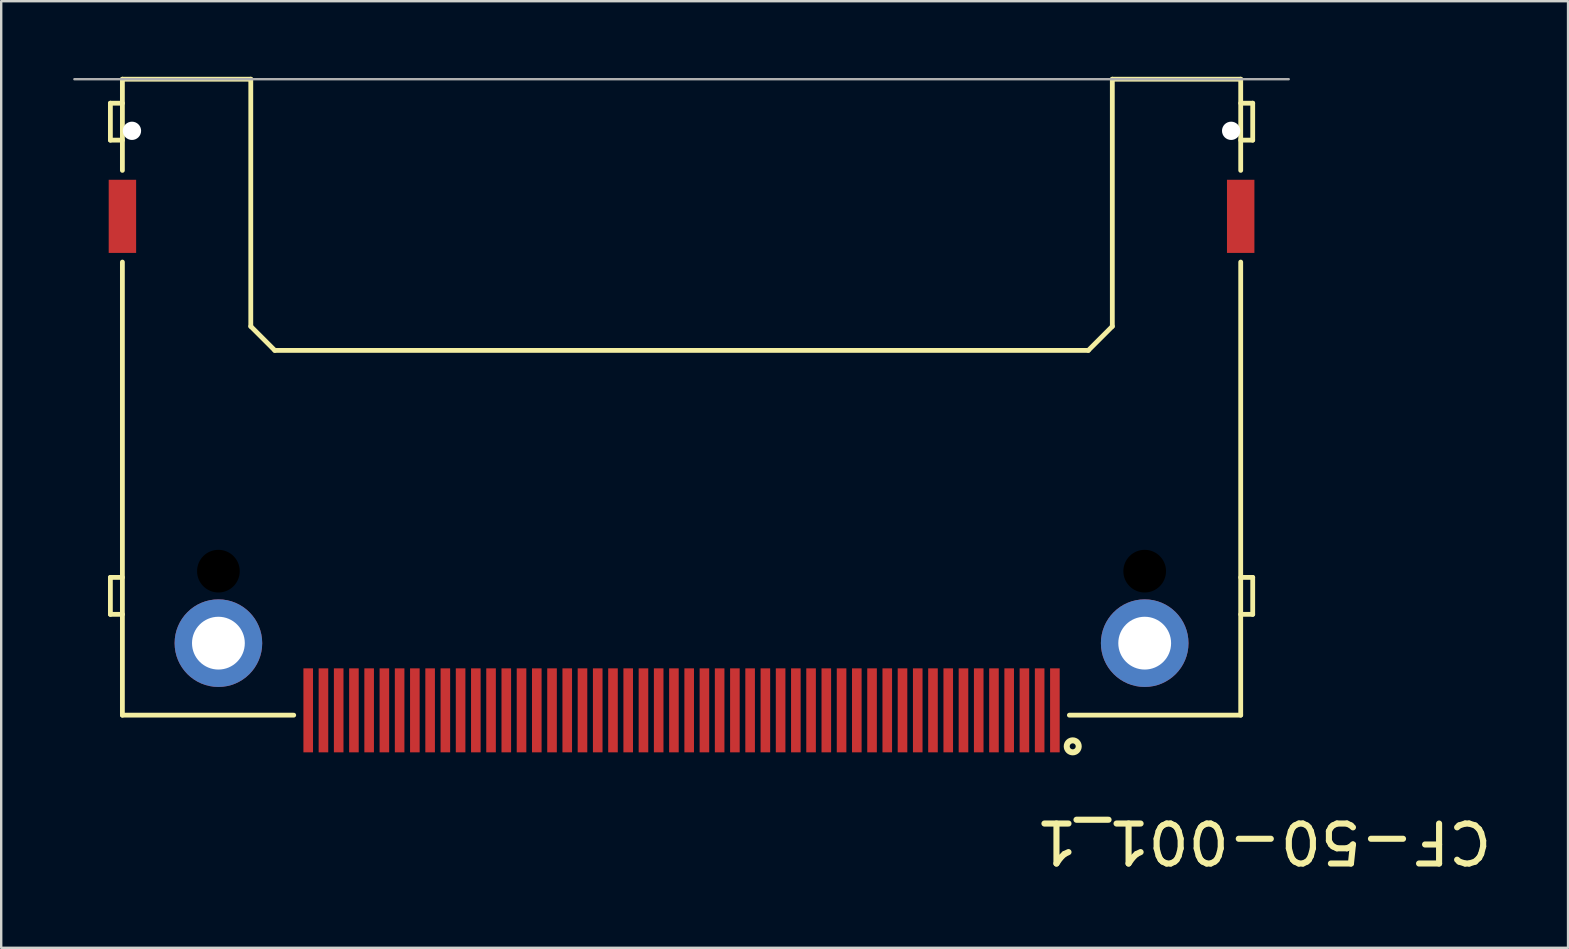
<source format=kicad_pcb>
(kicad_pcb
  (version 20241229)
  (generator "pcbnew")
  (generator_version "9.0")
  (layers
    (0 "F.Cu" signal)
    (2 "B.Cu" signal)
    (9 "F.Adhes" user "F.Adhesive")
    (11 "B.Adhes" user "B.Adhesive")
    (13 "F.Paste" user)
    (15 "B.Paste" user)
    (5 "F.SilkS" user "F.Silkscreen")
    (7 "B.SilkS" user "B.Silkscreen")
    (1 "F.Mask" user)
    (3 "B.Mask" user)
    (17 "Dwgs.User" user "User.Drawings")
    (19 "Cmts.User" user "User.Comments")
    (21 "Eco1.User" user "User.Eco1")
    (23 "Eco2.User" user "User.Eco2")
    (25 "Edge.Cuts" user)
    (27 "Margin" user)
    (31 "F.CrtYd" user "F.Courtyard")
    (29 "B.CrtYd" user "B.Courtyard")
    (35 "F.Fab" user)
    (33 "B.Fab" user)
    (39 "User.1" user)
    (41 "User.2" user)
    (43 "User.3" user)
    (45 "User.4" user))
  (footprint "CF-50-001_1"
    (layer "F.Cu")
    (at 25.35 0.25)
    (property "Reference" "CF-50-001_1" (at 24.262 31.774 180) (unlocked yes) (layer "F.SilkS") (effects (font (size 1.666 1.753) (thickness 0.254))))
    (fp_line (start -23.8 1) (end -23.8 2.54) (stroke (width 0.2) (type solid)) (layer "F.SilkS"))
    (fp_line (start -23.8 20.76) (end -23.8 22.3) (stroke (width 0.2) (type solid)) (layer "F.SilkS"))
    (fp_line (start -23.3 0) (end -23.3 3.8) (stroke (width 0.2) (type solid)) (layer "F.SilkS"))
    (fp_line (start -23.3 1) (end -23.8 1) (stroke (width 0.2) (type solid)) (layer "F.SilkS"))
    (fp_line (start -23.3 2.54) (end -23.8 2.54) (stroke (width 0.2) (type solid)) (layer "F.SilkS"))
    (fp_line (start -23.3 7.62) (end -23.3 26.5) (stroke (width 0.2) (type solid)) (layer "F.SilkS"))
    (fp_line (start -23.3 20.76) (end -23.8 20.76) (stroke (width 0.2) (type solid)) (layer "F.SilkS"))
    (fp_line (start -23.3 22.3) (end -23.8 22.3) (stroke (width 0.2) (type solid)) (layer "F.SilkS"))
    (fp_line (start -17.95 0) (end -23.3 0) (stroke (width 0.2) (type solid)) (layer "F.SilkS"))
    (fp_line (start -17.95 0) (end -17.95 10.3) (stroke (width 0.2) (type solid)) (layer "F.SilkS"))
    (fp_line (start -16.95 11.3) (end -17.95 10.3) (stroke (width 0.2) (type solid)) (layer "F.SilkS"))
    (fp_line (start -16.16 26.5) (end -23.3 26.5) (stroke (width 0.2) (type solid)) (layer "F.SilkS"))
    (fp_line (start 16.95 11.3) (end -16.95 11.3) (stroke (width 0.2) (type solid)) (layer "F.SilkS"))
    (fp_line (start 17.95 0) (end 17.95 10.3) (stroke (width 0.2) (type solid)) (layer "F.SilkS"))
    (fp_line (start 17.95 10.3) (end 16.95 11.3) (stroke (width 0.2) (type solid)) (layer "F.SilkS"))
    (fp_line (start 23.3 0) (end 17.95 0) (stroke (width 0.2) (type solid)) (layer "F.SilkS"))
    (fp_line (start 23.3 0) (end 23.3 3.8) (stroke (width 0.2) (type solid)) (layer "F.SilkS"))
    (fp_line (start 23.3 7.62) (end 23.3 26.5) (stroke (width 0.2) (type solid)) (layer "F.SilkS"))
    (fp_line (start 23.3 26.5) (end 16.16 26.5) (stroke (width 0.2) (type solid)) (layer "F.SilkS"))
    (fp_line (start 23.8 1) (end 23.3 1) (stroke (width 0.2) (type solid)) (layer "F.SilkS"))
    (fp_line (start 23.8 1) (end 23.8 2.54) (stroke (width 0.2) (type solid)) (layer "F.SilkS"))
    (fp_line (start 23.8 2.54) (end 23.3 2.54) (stroke (width 0.2) (type solid)) (layer "F.SilkS"))
    (fp_line (start 23.8 20.76) (end 23.3 20.76) (stroke (width 0.2) (type solid)) (layer "F.SilkS"))
    (fp_line (start 23.8 20.76) (end 23.8 22.3) (stroke (width 0.2) (type solid)) (layer "F.SilkS"))
    (fp_line (start 23.8 22.3) (end 23.3 22.3) (stroke (width 0.2) (type solid)) (layer "F.SilkS"))
    (fp_arc (start 16.175 27.8) (mid 16.42498 27.8) (end 16.175 27.8) (stroke (width 0.24999) (type solid)) (layer "F.SilkS"))
    (fp_line (start 25.3 0) (end -25.3 0) (stroke (width 0.1) (type solid)) (layer "F.Fab"))
    (pad "" np_thru_hole circle (at -22.901 2.151 180) (size 0.762 0.762) (drill 0.762) (layers "*.Cu" "*.Mask"))
    (pad "" np_thru_hole circle (at -19.299 20.5 180) (size 1.778 1.778) (drill 1.778) (layers "*.Mask"))
    (pad "" np_thru_hole circle (at 19.299 20.5 180) (size 1.778 1.778) (drill 1.778) (layers "*.Mask"))
    (pad "" np_thru_hole circle (at 22.901 2.151 180) (size 0.762 0.762) (drill 0.762) (layers "*.Cu" "*.Mask"))
    (pad "1" smd rect (at 15.557 26.3 90) (size 3.5 0.4) (layers "F.Cu" "F.Mask" "F.Paste"))
    (pad "2" smd rect (at 14.287 26.3 90) (size 3.5 0.4) (layers "F.Cu" "F.Mask" "F.Paste"))
    (pad "3" smd rect (at 13.018 26.3 90) (size 3.5 0.4) (layers "F.Cu" "F.Mask" "F.Paste"))
    (pad "4" smd rect (at 11.748 26.3 90) (size 3.5 0.4) (layers "F.Cu" "F.Mask" "F.Paste"))
    (pad "5" smd rect (at 10.477 26.3 90) (size 3.5 0.4) (layers "F.Cu" "F.Mask" "F.Paste"))
    (pad "6" smd rect (at 9.207 26.3 90) (size 3.5 0.4) (layers "F.Cu" "F.Mask" "F.Paste"))
    (pad "7" smd rect (at 7.938 26.3 90) (size 3.5 0.4) (layers "F.Cu" "F.Mask" "F.Paste"))
    (pad "8" smd rect (at 6.668 26.3 90) (size 3.5 0.4) (layers "F.Cu" "F.Mask" "F.Paste"))
    (pad "9" smd rect (at 5.397 26.3 90) (size 3.5 0.4) (layers "F.Cu" "F.Mask" "F.Paste"))
    (pad "10" smd rect (at 4.128 26.3 90) (size 3.5 0.4) (layers "F.Cu" "F.Mask" "F.Paste"))
    (pad "11" smd rect (at 2.857 26.3 90) (size 3.5 0.4) (layers "F.Cu" "F.Mask" "F.Paste"))
    (pad "12" smd rect (at 1.587 26.3 90) (size 3.5 0.4) (layers "F.Cu" "F.Mask" "F.Paste"))
    (pad "13" smd rect (at 0.318 26.3 90) (size 3.5 0.4) (layers "F.Cu" "F.Mask" "F.Paste"))
    (pad "14" smd rect (at -0.953 26.3 90) (size 3.5 0.4) (layers "F.Cu" "F.Mask" "F.Paste"))
    (pad "15" smd rect (at -2.223 26.3 90) (size 3.5 0.4) (layers "F.Cu" "F.Mask" "F.Paste"))
    (pad "16" smd rect (at -3.493 26.3 90) (size 3.5 0.4) (layers "F.Cu" "F.Mask" "F.Paste"))
    (pad "17" smd rect (at -4.763 26.3 90) (size 3.5 0.4) (layers "F.Cu" "F.Mask" "F.Paste"))
    (pad "18" smd rect (at -6.032 26.3 90) (size 3.5 0.4) (layers "F.Cu" "F.Mask" "F.Paste"))
    (pad "19" smd rect (at -7.303 26.3 90) (size 3.5 0.4) (layers "F.Cu" "F.Mask" "F.Paste"))
    (pad "20" smd rect (at -8.572 26.3 90) (size 3.5 0.4) (layers "F.Cu" "F.Mask" "F.Paste"))
    (pad "21" smd rect (at -9.842 26.3 90) (size 3.5 0.4) (layers "F.Cu" "F.Mask" "F.Paste"))
    (pad "22" smd rect (at -11.113 26.3 90) (size 3.5 0.4) (layers "F.Cu" "F.Mask" "F.Paste"))
    (pad "23" smd rect (at -12.383 26.3 90) (size 3.5 0.4) (layers "F.Cu" "F.Mask" "F.Paste"))
    (pad "24" smd rect (at -13.652 26.3 90) (size 3.5 0.4) (layers "F.Cu" "F.Mask" "F.Paste"))
    (pad "25" smd rect (at -14.922 26.3 90) (size 3.5 0.4) (layers "F.Cu" "F.Mask" "F.Paste"))
    (pad "26" smd rect (at 14.922 26.3 90) (size 3.5 0.4) (layers "F.Cu" "F.Mask" "F.Paste"))
    (pad "27" smd rect (at 13.652 26.3 90) (size 3.5 0.4) (layers "F.Cu" "F.Mask" "F.Paste"))
    (pad "28" smd rect (at 12.383 26.3 90) (size 3.5 0.4) (layers "F.Cu" "F.Mask" "F.Paste"))
    (pad "29" smd rect (at 11.113 26.3 90) (size 3.5 0.4) (layers "F.Cu" "F.Mask" "F.Paste"))
    (pad "30" smd rect (at 9.842 26.3 90) (size 3.5 0.4) (layers "F.Cu" "F.Mask" "F.Paste"))
    (pad "31" smd rect (at 8.572 26.3 90) (size 3.5 0.4) (layers "F.Cu" "F.Mask" "F.Paste"))
    (pad "32" smd rect (at 7.303 26.3 90) (size 3.5 0.4) (layers "F.Cu" "F.Mask" "F.Paste"))
    (pad "33" smd rect (at 6.032 26.3 90) (size 3.5 0.4) (layers "F.Cu" "F.Mask" "F.Paste"))
    (pad "34" smd rect (at 4.763 26.3 90) (size 3.5 0.4) (layers "F.Cu" "F.Mask" "F.Paste"))
    (pad "35" smd rect (at 3.493 26.3 90) (size 3.5 0.4) (layers "F.Cu" "F.Mask" "F.Paste"))
    (pad "36" smd rect (at 2.223 26.3 90) (size 3.5 0.4) (layers "F.Cu" "F.Mask" "F.Paste"))
    (pad "37" smd rect (at 0.953 26.3 90) (size 3.5 0.4) (layers "F.Cu" "F.Mask" "F.Paste"))
    (pad "38" smd rect (at -0.318 26.3 90) (size 3.5 0.4) (layers "F.Cu" "F.Mask" "F.Paste"))
    (pad "39" smd rect (at -1.587 26.3 90) (size 3.5 0.4) (layers "F.Cu" "F.Mask" "F.Paste"))
    (pad "40" smd rect (at -2.857 26.3 90) (size 3.5 0.4) (layers "F.Cu" "F.Mask" "F.Paste"))
    (pad "41" smd rect (at -4.128 26.3 90) (size 3.5 0.4) (layers "F.Cu" "F.Mask" "F.Paste"))
    (pad "42" smd rect (at -5.397 26.3 90) (size 3.5 0.4) (layers "F.Cu" "F.Mask" "F.Paste"))
    (pad "43" smd rect (at -6.668 26.3 90) (size 3.5 0.4) (layers "F.Cu" "F.Mask" "F.Paste"))
    (pad "44" smd rect (at -7.938 26.3 90) (size 3.5 0.4) (layers "F.Cu" "F.Mask" "F.Paste"))
    (pad "45" smd rect (at -9.207 26.3 90) (size 3.5 0.4) (layers "F.Cu" "F.Mask" "F.Paste"))
    (pad "46" smd rect (at -10.477 26.3 90) (size 3.5 0.4) (layers "F.Cu" "F.Mask" "F.Paste"))
    (pad "47" smd rect (at -11.748 26.3 90) (size 3.5 0.4) (layers "F.Cu" "F.Mask" "F.Paste"))
    (pad "48" smd rect (at -13.018 26.3 90) (size 3.5 0.4) (layers "F.Cu" "F.Mask" "F.Paste"))
    (pad "49" smd rect (at -14.287 26.3 90) (size 3.5 0.4) (layers "F.Cu" "F.Mask" "F.Paste"))
    (pad "50" smd rect (at -15.557 26.3 90) (size 3.5 0.4) (layers "F.Cu" "F.Mask" "F.Paste"))
    (pad "51" thru_hole circle (at 19.299 23.5 180) (size 3.65 3.65) (drill 2.2) (layers "*.Cu" "*.Mask"))
    (pad "52" thru_hole circle (at -19.299 23.5 180) (size 3.65 3.65) (drill 2.2) (layers "*.Cu" "*.Mask"))
    (pad "53" smd rect (at 23.299 5.715 180) (size 1.143 3.048) (layers "F.Cu" "F.Mask" "F.Paste"))
    (pad "54" smd rect (at -23.299 5.715 180) (size 1.143 3.048) (layers "F.Cu" "F.Mask" "F.Paste")))
  (gr_rect
    (start -3 -3)
    (end 62.29 36.444)
    (stroke (width 0.1) (type default))
    (fill no)
    (layer "Edge.Cuts")))
</source>
